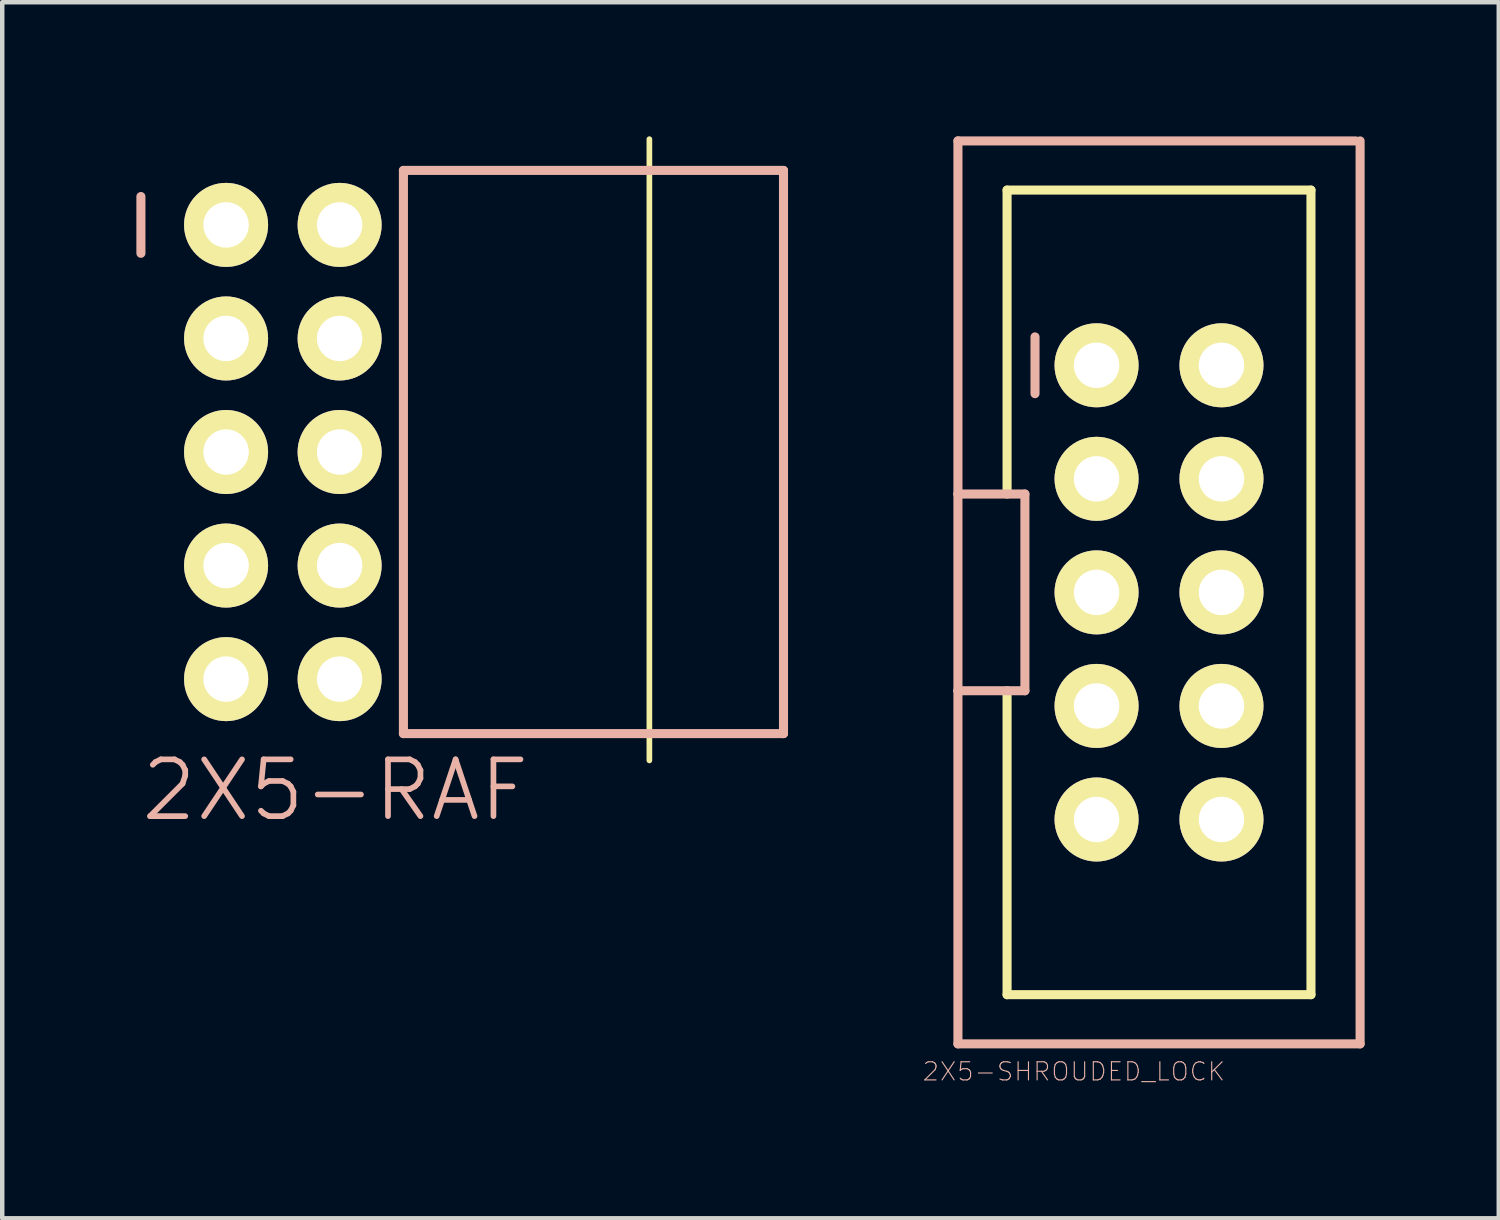
<source format=kicad_pcb>
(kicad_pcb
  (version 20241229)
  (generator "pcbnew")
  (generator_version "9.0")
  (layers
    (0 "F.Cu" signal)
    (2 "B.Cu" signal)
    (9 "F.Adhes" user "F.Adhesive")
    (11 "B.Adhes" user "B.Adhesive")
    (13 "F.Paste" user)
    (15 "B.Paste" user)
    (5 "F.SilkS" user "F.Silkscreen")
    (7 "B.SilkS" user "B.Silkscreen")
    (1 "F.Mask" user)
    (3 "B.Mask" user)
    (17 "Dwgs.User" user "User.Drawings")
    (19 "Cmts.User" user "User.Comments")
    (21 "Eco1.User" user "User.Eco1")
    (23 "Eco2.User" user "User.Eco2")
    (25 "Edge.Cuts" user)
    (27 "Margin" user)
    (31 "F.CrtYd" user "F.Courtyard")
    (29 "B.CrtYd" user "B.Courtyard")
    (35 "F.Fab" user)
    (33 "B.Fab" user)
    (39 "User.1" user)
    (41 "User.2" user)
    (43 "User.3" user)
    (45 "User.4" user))
  (footprint "2X5-SHROUDED_LOCK"
    (layer "F.Cu")
    (at 22.876 10.201)
    (property "Reference" "2X5-SHROUDED_LOCK" (at -1.905 10.719 0) (layer "B.SilkS") (effects (font (size 0.406 0.406) (thickness 0.025))))
    (attr exclude_from_pos_files exclude_from_bom)
    (fp_line (start -3.399 -8.999) (end -3.399 -2.2) (stroke (width 0.203) (type solid)) (layer "F.SilkS"))
    (fp_line (start -3.399 -8.999) (end 3.399 -8.999) (stroke (width 0.203) (type solid)) (layer "F.SilkS"))
    (fp_line (start -3.399 8.999) (end -3.399 2.2) (stroke (width 0.203) (type solid)) (layer "F.SilkS"))
    (fp_line (start -3.399 8.999) (end 3.399 8.999) (stroke (width 0.203) (type solid)) (layer "F.SilkS"))
    (fp_line (start -1.524 -5.334) (end -1.016 -5.334) (stroke (width 0.066) (type solid)) (layer "F.SilkS"))
    (fp_line (start -1.524 -4.826) (end -1.524 -5.334) (stroke (width 0.066) (type solid)) (layer "F.SilkS"))
    (fp_line (start -1.524 -4.826) (end -1.016 -4.826) (stroke (width 0.066) (type solid)) (layer "F.SilkS"))
    (fp_line (start -1.524 -2.794) (end -1.016 -2.794) (stroke (width 0.066) (type solid)) (layer "F.SilkS"))
    (fp_line (start -1.524 -2.286) (end -1.524 -2.794) (stroke (width 0.066) (type solid)) (layer "F.SilkS"))
    (fp_line (start -1.524 -2.286) (end -1.016 -2.286) (stroke (width 0.066) (type solid)) (layer "F.SilkS"))
    (fp_line (start -1.524 -0.254) (end -1.016 -0.254) (stroke (width 0.066) (type solid)) (layer "F.SilkS"))
    (fp_line (start -1.524 0.254) (end -1.524 -0.254) (stroke (width 0.066) (type solid)) (layer "F.SilkS"))
    (fp_line (start -1.524 0.254) (end -1.016 0.254) (stroke (width 0.066) (type solid)) (layer "F.SilkS"))
    (fp_line (start -1.524 2.286) (end -1.016 2.286) (stroke (width 0.066) (type solid)) (layer "F.SilkS"))
    (fp_line (start -1.524 2.286) (end -1.016 2.286) (stroke (width 0.066) (type solid)) (layer "F.SilkS"))
    (fp_line (start -1.524 2.794) (end -1.524 2.286) (stroke (width 0.066) (type solid)) (layer "F.SilkS"))
    (fp_line (start -1.524 2.794) (end -1.524 2.286) (stroke (width 0.066) (type solid)) (layer "F.SilkS"))
    (fp_line (start -1.524 2.794) (end -1.016 2.794) (stroke (width 0.066) (type solid)) (layer "F.SilkS"))
    (fp_line (start -1.524 2.794) (end -1.016 2.794) (stroke (width 0.066) (type solid)) (layer "F.SilkS"))
    (fp_line (start -1.524 4.826) (end -1.016 4.826) (stroke (width 0.066) (type solid)) (layer "F.SilkS"))
    (fp_line (start -1.524 5.334) (end -1.524 4.826) (stroke (width 0.066) (type solid)) (layer "F.SilkS"))
    (fp_line (start -1.524 5.334) (end -1.016 5.334) (stroke (width 0.066) (type solid)) (layer "F.SilkS"))
    (fp_line (start -1.016 -4.826) (end -1.016 -5.334) (stroke (width 0.066) (type solid)) (layer "F.SilkS"))
    (fp_line (start -1.016 -2.286) (end -1.016 -2.794) (stroke (width 0.066) (type solid)) (layer "F.SilkS"))
    (fp_line (start -1.016 0.254) (end -1.016 -0.254) (stroke (width 0.066) (type solid)) (layer "F.SilkS"))
    (fp_line (start -1.016 2.794) (end -1.016 2.286) (stroke (width 0.066) (type solid)) (layer "F.SilkS"))
    (fp_line (start -1.016 2.794) (end -1.016 2.286) (stroke (width 0.066) (type solid)) (layer "F.SilkS"))
    (fp_line (start -1.016 5.334) (end -1.016 4.826) (stroke (width 0.066) (type solid)) (layer "F.SilkS"))
    (fp_line (start 1.016 -5.334) (end 1.524 -5.334) (stroke (width 0.066) (type solid)) (layer "F.SilkS"))
    (fp_line (start 1.016 -4.826) (end 1.016 -5.334) (stroke (width 0.066) (type solid)) (layer "F.SilkS"))
    (fp_line (start 1.016 -4.826) (end 1.524 -4.826) (stroke (width 0.066) (type solid)) (layer "F.SilkS"))
    (fp_line (start 1.016 -2.794) (end 1.524 -2.794) (stroke (width 0.066) (type solid)) (layer "F.SilkS"))
    (fp_line (start 1.016 -2.286) (end 1.016 -2.794) (stroke (width 0.066) (type solid)) (layer "F.SilkS"))
    (fp_line (start 1.016 -2.286) (end 1.524 -2.286) (stroke (width 0.066) (type solid)) (layer "F.SilkS"))
    (fp_line (start 1.016 -0.254) (end 1.524 -0.254) (stroke (width 0.066) (type solid)) (layer "F.SilkS"))
    (fp_line (start 1.016 0.254) (end 1.016 -0.254) (stroke (width 0.066) (type solid)) (layer "F.SilkS"))
    (fp_line (start 1.016 0.254) (end 1.524 0.254) (stroke (width 0.066) (type solid)) (layer "F.SilkS"))
    (fp_line (start 1.016 2.286) (end 1.524 2.286) (stroke (width 0.066) (type solid)) (layer "F.SilkS"))
    (fp_line (start 1.016 2.286) (end 1.524 2.286) (stroke (width 0.066) (type solid)) (layer "F.SilkS"))
    (fp_line (start 1.016 2.794) (end 1.016 2.286) (stroke (width 0.066) (type solid)) (layer "F.SilkS"))
    (fp_line (start 1.016 2.794) (end 1.016 2.286) (stroke (width 0.066) (type solid)) (layer "F.SilkS"))
    (fp_line (start 1.016 2.794) (end 1.524 2.794) (stroke (width 0.066) (type solid)) (layer "F.SilkS"))
    (fp_line (start 1.016 2.794) (end 1.524 2.794) (stroke (width 0.066) (type solid)) (layer "F.SilkS"))
    (fp_line (start 1.016 4.826) (end 1.524 4.826) (stroke (width 0.066) (type solid)) (layer "F.SilkS"))
    (fp_line (start 1.016 5.334) (end 1.016 4.826) (stroke (width 0.066) (type solid)) (layer "F.SilkS"))
    (fp_line (start 1.016 5.334) (end 1.524 5.334) (stroke (width 0.066) (type solid)) (layer "F.SilkS"))
    (fp_line (start 1.524 -4.826) (end 1.524 -5.334) (stroke (width 0.066) (type solid)) (layer "F.SilkS"))
    (fp_line (start 1.524 -2.286) (end 1.524 -2.794) (stroke (width 0.066) (type solid)) (layer "F.SilkS"))
    (fp_line (start 1.524 0.254) (end 1.524 -0.254) (stroke (width 0.066) (type solid)) (layer "F.SilkS"))
    (fp_line (start 1.524 2.794) (end 1.524 2.286) (stroke (width 0.066) (type solid)) (layer "F.SilkS"))
    (fp_line (start 1.524 2.794) (end 1.524 2.286) (stroke (width 0.066) (type solid)) (layer "F.SilkS"))
    (fp_line (start 1.524 5.334) (end 1.524 4.826) (stroke (width 0.066) (type solid)) (layer "F.SilkS"))
    (fp_line (start 3.399 -8.999) (end 3.399 8.999) (stroke (width 0.203) (type solid)) (layer "F.SilkS"))
    (fp_line (start -4.498 -10.099) (end 4.399 -10.099) (stroke (width 0.203) (type solid)) (layer "B.SilkS"))
    (fp_line (start -4.498 -2.2) (end -4.498 -10.099) (stroke (width 0.203) (type solid)) (layer "B.SilkS"))
    (fp_line (start -4.498 -2.2) (end -3 -2.2) (stroke (width 0.203) (type solid)) (layer "B.SilkS"))
    (fp_line (start -4.498 2.2) (end -4.498 -2.2) (stroke (width 0.203) (type solid)) (layer "B.SilkS"))
    (fp_line (start -4.498 10.099) (end -4.498 2.2) (stroke (width 0.203) (type solid)) (layer "B.SilkS"))
    (fp_line (start -3 -2.2) (end -3 2.2) (stroke (width 0.203) (type solid)) (layer "B.SilkS"))
    (fp_line (start -3 2.2) (end -4.498 2.2) (stroke (width 0.203) (type solid)) (layer "B.SilkS"))
    (fp_line (start -2.774 -5.715) (end -2.774 -4.445) (stroke (width 0.203) (type solid)) (layer "B.SilkS"))
    (fp_line (start 4.498 -10.099) (end 4.498 10.099) (stroke (width 0.203) (type solid)) (layer "B.SilkS"))
    (fp_line (start 4.498 10.099) (end -4.498 10.099) (stroke (width 0.203) (type solid)) (layer "B.SilkS"))
    (pad "1" thru_hole circle (at -1.397 -5.08) (size 1.88 1.88) (drill 1.016) (layers "*.Cu" "F.Mask" "F.SilkS" "F.Paste"))
    (pad "2" thru_hole circle (at 1.397 -5.08) (size 1.88 1.88) (drill 1.016) (layers "*.Cu" "F.Mask" "F.SilkS" "F.Paste"))
    (pad "3" thru_hole circle (at -1.397 -2.54) (size 1.88 1.88) (drill 1.016) (layers "*.Cu" "F.Mask" "F.SilkS" "F.Paste"))
    (pad "4" thru_hole circle (at 1.397 -2.54) (size 1.88 1.88) (drill 1.016) (layers "*.Cu" "F.Mask" "F.SilkS" "F.Paste"))
    (pad "5" thru_hole circle (at -1.397 0) (size 1.88 1.88) (drill 1.016) (layers "*.Cu" "F.Mask" "F.SilkS" "F.Paste"))
    (pad "6" thru_hole circle (at 1.397 0) (size 1.88 1.88) (drill 1.016) (layers "*.Cu" "F.Mask" "F.SilkS" "F.Paste"))
    (pad "7" thru_hole circle (at -1.397 2.54) (size 1.88 1.88) (drill 1.016) (layers "*.Cu" "F.Mask" "F.SilkS" "F.Paste"))
    (pad "8" thru_hole circle (at 1.397 2.54) (size 1.88 1.88) (drill 1.016) (layers "*.Cu" "F.Mask" "F.SilkS" "F.Paste"))
    (pad "9" thru_hole circle (at -1.397 5.08) (size 1.88 1.88) (drill 1.016) (layers "*.Cu" "F.Mask" "F.SilkS" "F.Paste"))
    (pad "10" thru_hole circle (at 1.397 5.08) (size 1.88 1.88) (drill 1.016) (layers "*.Cu" "F.Mask" "F.SilkS" "F.Paste")))
  (footprint "2X5-RAF"
    (layer "F.Cu")
    (at 3.277 7.061)
    (property "Reference" "2X5-RAF" (at 1.173 7.564 0) (layer "B.SilkS") (effects (font (size 1.27 1.27) (thickness 0.127))))
    (attr exclude_from_pos_files exclude_from_bom)
    (fp_line (start -1.524 -5.334) (end -1.016 -5.334) (stroke (width 0.066) (type solid)) (layer "F.SilkS"))
    (fp_line (start -1.524 -4.826) (end -1.524 -5.334) (stroke (width 0.066) (type solid)) (layer "F.SilkS"))
    (fp_line (start -1.524 -4.826) (end -1.016 -4.826) (stroke (width 0.066) (type solid)) (layer "F.SilkS"))
    (fp_line (start -1.524 -2.794) (end -1.016 -2.794) (stroke (width 0.066) (type solid)) (layer "F.SilkS"))
    (fp_line (start -1.524 -2.286) (end -1.524 -2.794) (stroke (width 0.066) (type solid)) (layer "F.SilkS"))
    (fp_line (start -1.524 -2.286) (end -1.016 -2.286) (stroke (width 0.066) (type solid)) (layer "F.SilkS"))
    (fp_line (start -1.524 -0.254) (end -1.016 -0.254) (stroke (width 0.066) (type solid)) (layer "F.SilkS"))
    (fp_line (start -1.524 0.254) (end -1.524 -0.254) (stroke (width 0.066) (type solid)) (layer "F.SilkS"))
    (fp_line (start -1.524 0.254) (end -1.016 0.254) (stroke (width 0.066) (type solid)) (layer "F.SilkS"))
    (fp_line (start -1.524 2.286) (end -1.016 2.286) (stroke (width 0.066) (type solid)) (layer "F.SilkS"))
    (fp_line (start -1.524 2.286) (end -1.016 2.286) (stroke (width 0.066) (type solid)) (layer "F.SilkS"))
    (fp_line (start -1.524 2.794) (end -1.524 2.286) (stroke (width 0.066) (type solid)) (layer "F.SilkS"))
    (fp_line (start -1.524 2.794) (end -1.524 2.286) (stroke (width 0.066) (type solid)) (layer "F.SilkS"))
    (fp_line (start -1.524 2.794) (end -1.016 2.794) (stroke (width 0.066) (type solid)) (layer "F.SilkS"))
    (fp_line (start -1.524 2.794) (end -1.016 2.794) (stroke (width 0.066) (type solid)) (layer "F.SilkS"))
    (fp_line (start -1.524 4.826) (end -1.016 4.826) (stroke (width 0.066) (type solid)) (layer "F.SilkS"))
    (fp_line (start -1.524 5.334) (end -1.524 4.826) (stroke (width 0.066) (type solid)) (layer "F.SilkS"))
    (fp_line (start -1.524 5.334) (end -1.016 5.334) (stroke (width 0.066) (type solid)) (layer "F.SilkS"))
    (fp_line (start -1.016 -4.826) (end -1.016 -5.334) (stroke (width 0.066) (type solid)) (layer "F.SilkS"))
    (fp_line (start -1.016 -2.286) (end -1.016 -2.794) (stroke (width 0.066) (type solid)) (layer "F.SilkS"))
    (fp_line (start -1.016 0.254) (end -1.016 -0.254) (stroke (width 0.066) (type solid)) (layer "F.SilkS"))
    (fp_line (start -1.016 2.794) (end -1.016 2.286) (stroke (width 0.066) (type solid)) (layer "F.SilkS"))
    (fp_line (start -1.016 2.794) (end -1.016 2.286) (stroke (width 0.066) (type solid)) (layer "F.SilkS"))
    (fp_line (start -1.016 5.334) (end -1.016 4.826) (stroke (width 0.066) (type solid)) (layer "F.SilkS"))
    (fp_line (start 1.016 -5.334) (end 1.524 -5.334) (stroke (width 0.066) (type solid)) (layer "F.SilkS"))
    (fp_line (start 1.016 -4.826) (end 1.016 -5.334) (stroke (width 0.066) (type solid)) (layer "F.SilkS"))
    (fp_line (start 1.016 -4.826) (end 1.524 -4.826) (stroke (width 0.066) (type solid)) (layer "F.SilkS"))
    (fp_line (start 1.016 -2.794) (end 1.524 -2.794) (stroke (width 0.066) (type solid)) (layer "F.SilkS"))
    (fp_line (start 1.016 -2.286) (end 1.016 -2.794) (stroke (width 0.066) (type solid)) (layer "F.SilkS"))
    (fp_line (start 1.016 -2.286) (end 1.524 -2.286) (stroke (width 0.066) (type solid)) (layer "F.SilkS"))
    (fp_line (start 1.016 -0.254) (end 1.524 -0.254) (stroke (width 0.066) (type solid)) (layer "F.SilkS"))
    (fp_line (start 1.016 0.254) (end 1.016 -0.254) (stroke (width 0.066) (type solid)) (layer "F.SilkS"))
    (fp_line (start 1.016 0.254) (end 1.524 0.254) (stroke (width 0.066) (type solid)) (layer "F.SilkS"))
    (fp_line (start 1.016 2.286) (end 1.524 2.286) (stroke (width 0.066) (type solid)) (layer "F.SilkS"))
    (fp_line (start 1.016 2.286) (end 1.524 2.286) (stroke (width 0.066) (type solid)) (layer "F.SilkS"))
    (fp_line (start 1.016 2.794) (end 1.016 2.286) (stroke (width 0.066) (type solid)) (layer "F.SilkS"))
    (fp_line (start 1.016 2.794) (end 1.016 2.286) (stroke (width 0.066) (type solid)) (layer "F.SilkS"))
    (fp_line (start 1.016 2.794) (end 1.524 2.794) (stroke (width 0.066) (type solid)) (layer "F.SilkS"))
    (fp_line (start 1.016 2.794) (end 1.524 2.794) (stroke (width 0.066) (type solid)) (layer "F.SilkS"))
    (fp_line (start 1.016 4.826) (end 1.524 4.826) (stroke (width 0.066) (type solid)) (layer "F.SilkS"))
    (fp_line (start 1.016 5.334) (end 1.016 4.826) (stroke (width 0.066) (type solid)) (layer "F.SilkS"))
    (fp_line (start 1.016 5.334) (end 1.524 5.334) (stroke (width 0.066) (type solid)) (layer "F.SilkS"))
    (fp_line (start 1.524 -4.826) (end 1.524 -5.334) (stroke (width 0.066) (type solid)) (layer "F.SilkS"))
    (fp_line (start 1.524 -2.286) (end 1.524 -2.794) (stroke (width 0.066) (type solid)) (layer "F.SilkS"))
    (fp_line (start 1.524 0.254) (end 1.524 -0.254) (stroke (width 0.066) (type solid)) (layer "F.SilkS"))
    (fp_line (start 1.524 2.794) (end 1.524 2.286) (stroke (width 0.066) (type solid)) (layer "F.SilkS"))
    (fp_line (start 1.524 2.794) (end 1.524 2.286) (stroke (width 0.066) (type solid)) (layer "F.SilkS"))
    (fp_line (start 1.524 5.334) (end 1.524 4.826) (stroke (width 0.066) (type solid)) (layer "F.SilkS"))
    (fp_line (start 8.199 -6.998) (end 8.199 6.899) (stroke (width 0.127) (type solid)) (layer "F.SilkS"))
    (fp_line (start -3.175 -5.715) (end -3.175 -4.445) (stroke (width 0.203) (type solid)) (layer "B.SilkS"))
    (fp_line (start 2.697 -6.299) (end 11.199 -6.299) (stroke (width 0.203) (type solid)) (layer "B.SilkS"))
    (fp_line (start 2.697 6.299) (end 2.697 -6.299) (stroke (width 0.203) (type solid)) (layer "B.SilkS"))
    (fp_line (start 11.199 -6.299) (end 11.199 6.299) (stroke (width 0.203) (type solid)) (layer "B.SilkS"))
    (fp_line (start 11.199 6.299) (end 2.697 6.299) (stroke (width 0.203) (type solid)) (layer "B.SilkS"))
    (pad "1" thru_hole circle (at -1.27 -5.08) (size 1.88 1.88) (drill 1.016) (layers "*.Cu" "F.Mask" "F.SilkS" "F.Paste"))
    (pad "2" thru_hole circle (at 1.27 -5.08) (size 1.88 1.88) (drill 1.016) (layers "*.Cu" "F.Mask" "F.SilkS" "F.Paste"))
    (pad "3" thru_hole circle (at -1.27 -2.54) (size 1.88 1.88) (drill 1.016) (layers "*.Cu" "F.Mask" "F.SilkS" "F.Paste"))
    (pad "4" thru_hole circle (at 1.27 -2.54) (size 1.88 1.88) (drill 1.016) (layers "*.Cu" "F.Mask" "F.SilkS" "F.Paste"))
    (pad "5" thru_hole circle (at -1.27 0) (size 1.88 1.88) (drill 1.016) (layers "*.Cu" "F.Mask" "F.SilkS" "F.Paste"))
    (pad "6" thru_hole circle (at 1.27 0) (size 1.88 1.88) (drill 1.016) (layers "*.Cu" "F.Mask" "F.SilkS" "F.Paste"))
    (pad "7" thru_hole circle (at -1.27 2.54) (size 1.88 1.88) (drill 1.016) (layers "*.Cu" "F.Mask" "F.SilkS" "F.Paste"))
    (pad "8" thru_hole circle (at 1.27 2.54) (size 1.88 1.88) (drill 1.016) (layers "*.Cu" "F.Mask" "F.SilkS" "F.Paste"))
    (pad "9" thru_hole circle (at -1.27 5.08) (size 1.88 1.88) (drill 1.016) (layers "*.Cu" "F.Mask" "F.SilkS" "F.Paste"))
    (pad "10" thru_hole circle (at 1.27 5.08) (size 1.88 1.88) (drill 1.016) (layers "*.Cu" "F.Mask" "F.SilkS" "F.Paste")))
  (gr_rect
    (start -3 -3)
    (end 30.476 24.202)
    (stroke (width 0.1) (type default))
    (fill no)
    (layer "Edge.Cuts")))
</source>
